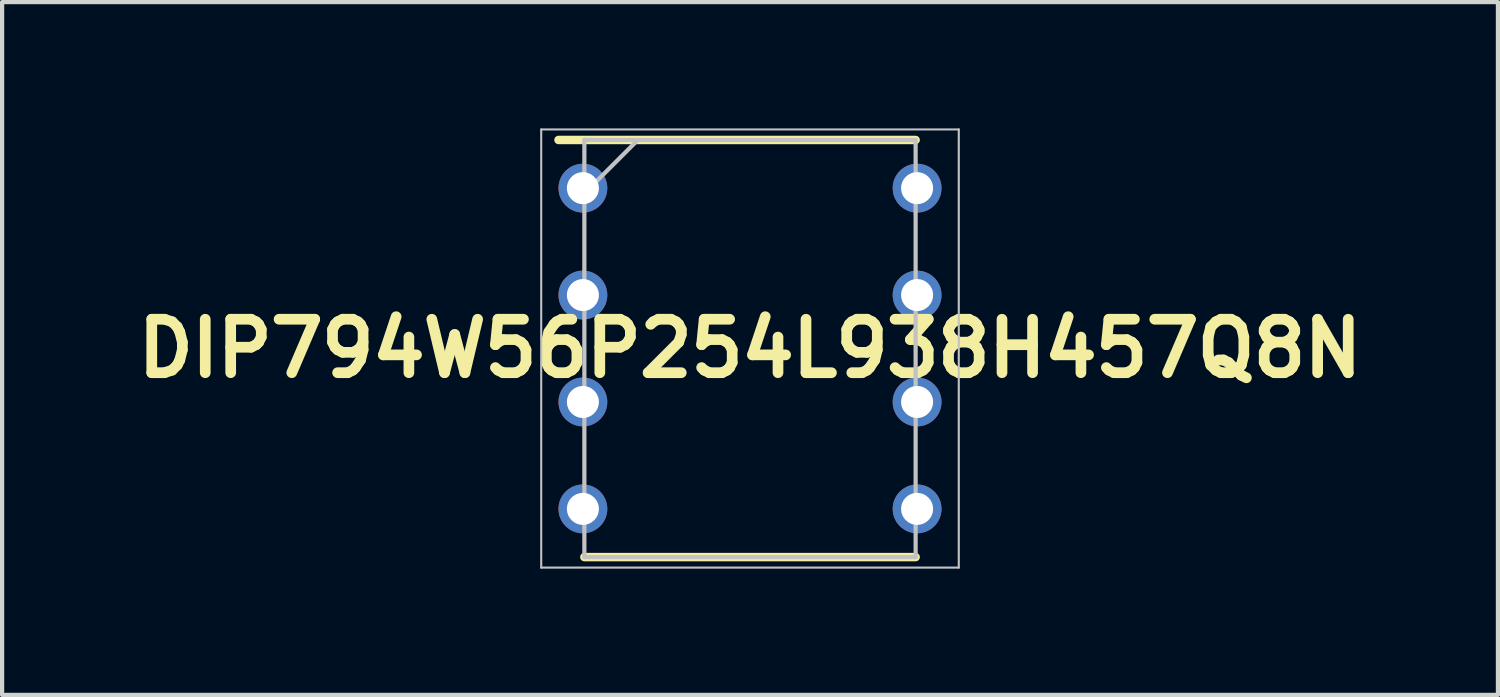
<source format=kicad_pcb>
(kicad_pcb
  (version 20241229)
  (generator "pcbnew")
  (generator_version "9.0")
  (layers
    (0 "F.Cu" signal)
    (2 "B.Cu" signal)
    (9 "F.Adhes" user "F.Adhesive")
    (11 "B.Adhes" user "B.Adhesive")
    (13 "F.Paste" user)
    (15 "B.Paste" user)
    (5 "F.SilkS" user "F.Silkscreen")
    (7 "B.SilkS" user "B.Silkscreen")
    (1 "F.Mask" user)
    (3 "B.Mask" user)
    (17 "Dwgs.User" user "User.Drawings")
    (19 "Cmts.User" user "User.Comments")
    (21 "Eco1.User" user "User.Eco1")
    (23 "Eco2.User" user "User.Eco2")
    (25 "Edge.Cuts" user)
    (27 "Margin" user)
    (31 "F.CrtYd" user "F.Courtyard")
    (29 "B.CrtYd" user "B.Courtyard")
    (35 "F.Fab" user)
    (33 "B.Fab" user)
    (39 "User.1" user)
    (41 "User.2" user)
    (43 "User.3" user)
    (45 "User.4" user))
  (footprint "DIP794W56P254L938H457Q8N"
    (layer "F.Cu")
    (at 14.768 5.23)
    (property "Reference" "DIP794W56P254L938H457Q8N" (at 0 0 0) (layer "F.SilkS") (effects (font (size 1.27 1.27) (thickness 0.254))))
    (attr through_hole)
    (fp_line (start -4.55 -4.955) (end 3.935 -4.955) (stroke (width 0.2) (type solid)) (layer "F.SilkS"))
    (fp_line (start -3.935 4.955) (end 3.935 4.955) (stroke (width 0.2) (type solid)) (layer "F.SilkS"))
    (fp_line (start -4.96 -5.205) (end 4.96 -5.205) (stroke (width 0.05) (type solid)) (layer "Dwgs.User"))
    (fp_line (start -4.96 5.205) (end -4.96 -5.205) (stroke (width 0.05) (type solid)) (layer "Dwgs.User"))
    (fp_line (start -3.935 -4.955) (end 3.935 -4.955) (stroke (width 0.1) (type solid)) (layer "Dwgs.User"))
    (fp_line (start -3.935 -3.685) (end -2.665 -4.955) (stroke (width 0.1) (type solid)) (layer "Dwgs.User"))
    (fp_line (start -3.935 4.955) (end -3.935 -4.955) (stroke (width 0.1) (type solid)) (layer "Dwgs.User"))
    (fp_line (start 3.935 -4.955) (end 3.935 4.955) (stroke (width 0.1) (type solid)) (layer "Dwgs.User"))
    (fp_line (start 3.935 4.955) (end -3.935 4.955) (stroke (width 0.1) (type solid)) (layer "Dwgs.User"))
    (fp_line (start 4.96 -5.205) (end 4.96 5.205) (stroke (width 0.05) (type solid)) (layer "Dwgs.User"))
    (fp_line (start 4.96 5.205) (end -4.96 5.205) (stroke (width 0.05) (type solid)) (layer "Dwgs.User"))
    (pad "1" thru_hole circle (at -3.97 -3.81) (size 1.16 1.16) (drill 0.76) (layers "*.Cu" "*.Mask"))
    (pad "2" thru_hole circle (at -3.97 -1.27) (size 1.16 1.16) (drill 0.76) (layers "*.Cu" "*.Mask"))
    (pad "3" thru_hole circle (at -3.97 1.27) (size 1.16 1.16) (drill 0.76) (layers "*.Cu" "*.Mask"))
    (pad "4" thru_hole circle (at -3.97 3.81) (size 1.16 1.16) (drill 0.76) (layers "*.Cu" "*.Mask"))
    (pad "5" thru_hole circle (at 3.97 3.81) (size 1.16 1.16) (drill 0.76) (layers "*.Cu" "*.Mask"))
    (pad "6" thru_hole circle (at 3.97 1.27) (size 1.16 1.16) (drill 0.76) (layers "*.Cu" "*.Mask"))
    (pad "7" thru_hole circle (at 3.97 -1.27) (size 1.16 1.16) (drill 0.76) (layers "*.Cu" "*.Mask"))
    (pad "8" thru_hole circle (at 3.97 -3.81) (size 1.16 1.16) (drill 0.76) (layers "*.Cu" "*.Mask")))
  (gr_rect
    (start -3 -3)
    (end 32.537 13.46)
    (stroke (width 0.1) (type default))
    (fill no)
    (layer "Edge.Cuts")))
</source>
